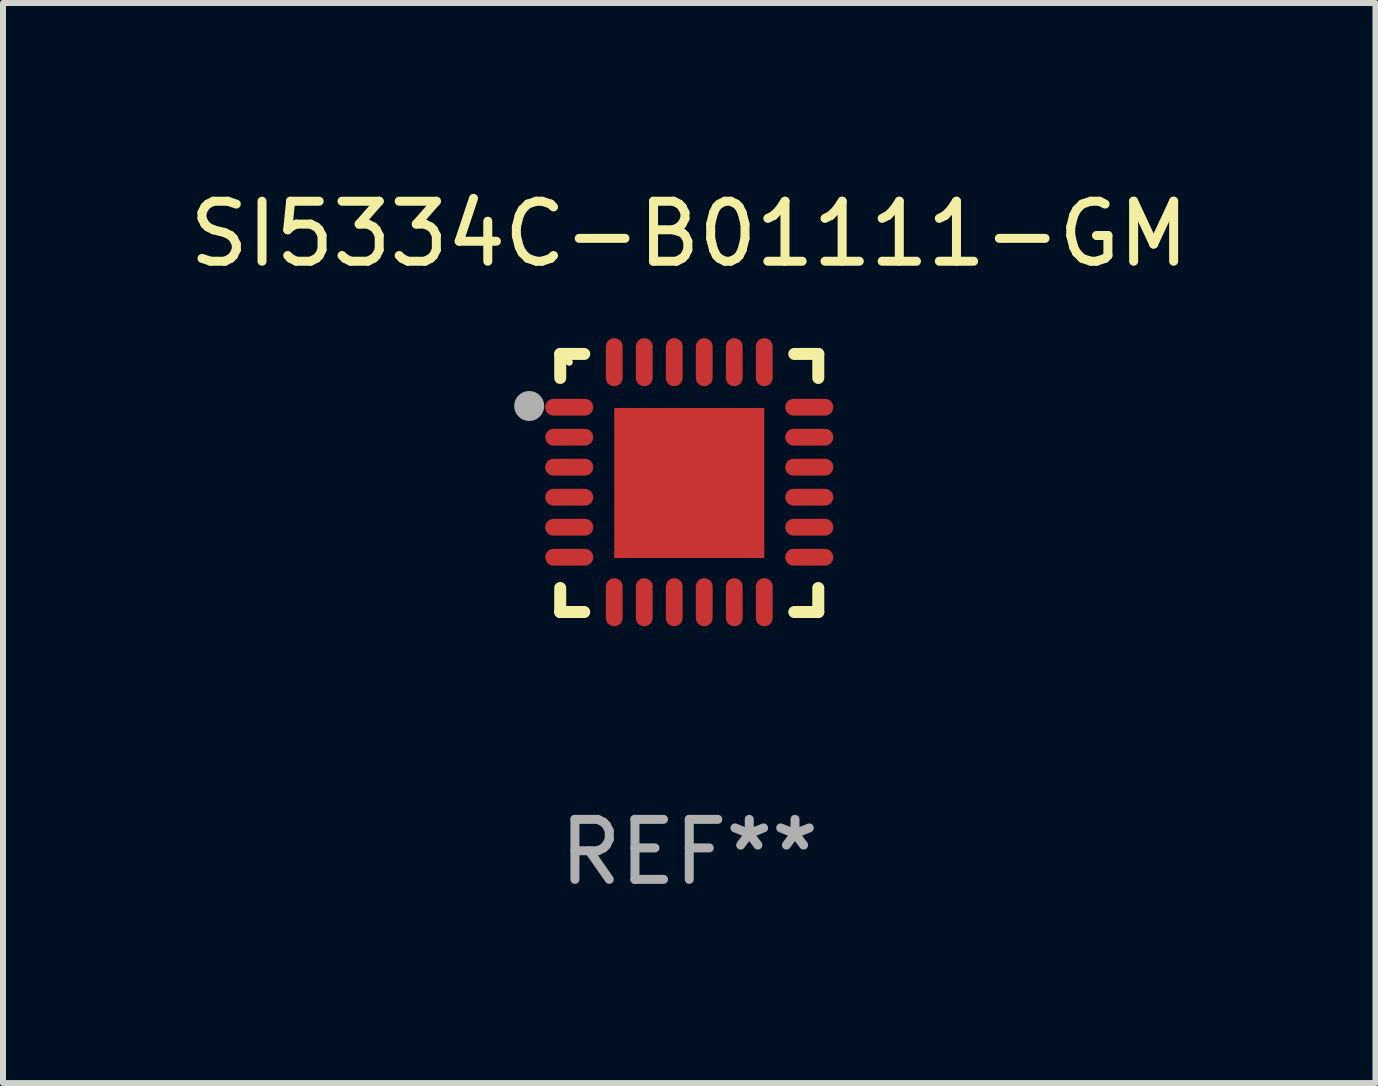
<source format=kicad_pcb>
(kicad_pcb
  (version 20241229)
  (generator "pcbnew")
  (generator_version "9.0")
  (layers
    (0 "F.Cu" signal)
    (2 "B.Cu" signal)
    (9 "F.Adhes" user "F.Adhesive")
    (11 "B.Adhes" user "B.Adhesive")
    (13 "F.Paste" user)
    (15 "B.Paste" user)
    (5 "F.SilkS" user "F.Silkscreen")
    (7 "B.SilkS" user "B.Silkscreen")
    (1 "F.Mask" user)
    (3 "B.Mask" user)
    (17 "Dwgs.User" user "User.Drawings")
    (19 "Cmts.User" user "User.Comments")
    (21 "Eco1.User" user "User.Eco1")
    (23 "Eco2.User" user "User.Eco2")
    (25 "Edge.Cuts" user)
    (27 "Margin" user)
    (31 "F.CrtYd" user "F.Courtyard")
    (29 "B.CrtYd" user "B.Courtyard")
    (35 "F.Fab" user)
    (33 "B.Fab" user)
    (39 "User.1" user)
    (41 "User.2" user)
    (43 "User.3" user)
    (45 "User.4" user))
  (footprint "SI5334C-B01111-GM"
    (layer "F.Cu")
    (at 8.435 4.998)
    (property "Reference" "SI5334C-B01111-GM" (at 0 -4.15 0) (layer "F.SilkS") (effects (font (size 1 1) (thickness 0.15))))
    (attr through_hole)
    (fp_line (start -2.15 -2.15) (end -1.75 -2.15) (stroke (width 0.2) (type solid)) (layer "F.SilkS"))
    (fp_line (start -2.15 -1.75) (end -2.15 -2.15) (stroke (width 0.2) (type solid)) (layer "F.SilkS"))
    (fp_line (start -2.15 2.15) (end -2.15 1.75) (stroke (width 0.2) (type solid)) (layer "F.SilkS"))
    (fp_line (start -1.75 2.15) (end -2.15 2.15) (stroke (width 0.2) (type solid)) (layer "F.SilkS"))
    (fp_line (start 1.75 -2.15) (end 2.15 -2.15) (stroke (width 0.2) (type solid)) (layer "F.SilkS"))
    (fp_line (start 1.75 2.15) (end 2.15 2.15) (stroke (width 0.2) (type solid)) (layer "F.SilkS"))
    (fp_line (start 2.15 -2.15) (end 2.15 -1.75) (stroke (width 0.2) (type solid)) (layer "F.SilkS"))
    (fp_line (start 2.15 2.15) (end 2.15 1.75) (stroke (width 0.2) (type solid)) (layer "F.SilkS"))
    (fp_circle (center -2 -2.013) (end -1.97 -2.013) (stroke (width 0.06) (type solid)) (fill no) (layer "F.SilkS"))
    (fp_circle (center -2.667 -1.283) (end -2.542 -1.283) (stroke (width 0.25) (type solid)) (fill no) (layer "F.Fab"))
    (fp_text user "REF**" (at 0 6.15 0) (layer "F.Fab") (effects (font (size 1 1) (thickness 0.15))))
    (pad "1" smd oval (at -2 -1.263) (size 0.8 0.28) (layers "F.Cu" "F.Mask" "F.Paste"))
    (pad "2" smd oval (at -2 -0.763) (size 0.8 0.28) (layers "F.Cu" "F.Mask" "F.Paste"))
    (pad "3" smd oval (at -2 -0.263) (size 0.8 0.28) (layers "F.Cu" "F.Mask" "F.Paste"))
    (pad "4" smd oval (at -2 0.237) (size 0.8 0.28) (layers "F.Cu" "F.Mask" "F.Paste"))
    (pad "5" smd oval (at -2 0.737) (size 0.8 0.28) (layers "F.Cu" "F.Mask" "F.Paste"))
    (pad "6" smd oval (at -2 1.237) (size 0.8 0.28) (layers "F.Cu" "F.Mask" "F.Paste"))
    (pad "7" smd oval (at -1.25 1.987) (size 0.28 0.8) (layers "F.Cu" "F.Mask" "F.Paste"))
    (pad "8" smd oval (at -0.75 1.987) (size 0.28 0.8) (layers "F.Cu" "F.Mask" "F.Paste"))
    (pad "9" smd oval (at -0.25 1.987) (size 0.28 0.8) (layers "F.Cu" "F.Mask" "F.Paste"))
    (pad "10" smd oval (at 0.25 1.987) (size 0.28 0.8) (layers "F.Cu" "F.Mask" "F.Paste"))
    (pad "11" smd oval (at 0.75 1.987) (size 0.28 0.8) (layers "F.Cu" "F.Mask" "F.Paste"))
    (pad "12" smd oval (at 1.25 1.987) (size 0.28 0.8) (layers "F.Cu" "F.Mask" "F.Paste"))
    (pad "13" smd oval (at 2 1.237) (size 0.8 0.28) (layers "F.Cu" "F.Mask" "F.Paste"))
    (pad "14" smd oval (at 2 0.737) (size 0.8 0.28) (layers "F.Cu" "F.Mask" "F.Paste"))
    (pad "15" smd oval (at 2 0.237) (size 0.8 0.28) (layers "F.Cu" "F.Mask" "F.Paste"))
    (pad "16" smd oval (at 2 -0.263) (size 0.8 0.28) (layers "F.Cu" "F.Mask" "F.Paste"))
    (pad "17" smd oval (at 2 -0.763) (size 0.8 0.28) (layers "F.Cu" "F.Mask" "F.Paste"))
    (pad "18" smd oval (at 2 -1.263) (size 0.8 0.28) (layers "F.Cu" "F.Mask" "F.Paste"))
    (pad "19" smd oval (at 1.25 -2.013) (size 0.28 0.8) (layers "F.Cu" "F.Mask" "F.Paste"))
    (pad "20" smd oval (at 0.75 -2.013) (size 0.28 0.8) (layers "F.Cu" "F.Mask" "F.Paste"))
    (pad "21" smd oval (at 0.25 -2.013) (size 0.28 0.8) (layers "F.Cu" "F.Mask" "F.Paste"))
    (pad "22" smd oval (at -0.25 -2.013) (size 0.28 0.8) (layers "F.Cu" "F.Mask" "F.Paste"))
    (pad "23" smd oval (at -0.75 -2.013) (size 0.28 0.8) (layers "F.Cu" "F.Mask" "F.Paste"))
    (pad "24" smd oval (at -1.25 -2.013) (size 0.28 0.8) (layers "F.Cu" "F.Mask" "F.Paste"))
    (pad "25" smd rect (at -0.000127 -0.00014) (size 2.5 2.5) (layers "F.Cu" "F.Mask" "F.Paste")))
  (gr_rect
    (start -3 -3)
    (end 19.869 14.997)
    (stroke (width 0.1) (type default))
    (fill no)
    (layer "Edge.Cuts")))
</source>
